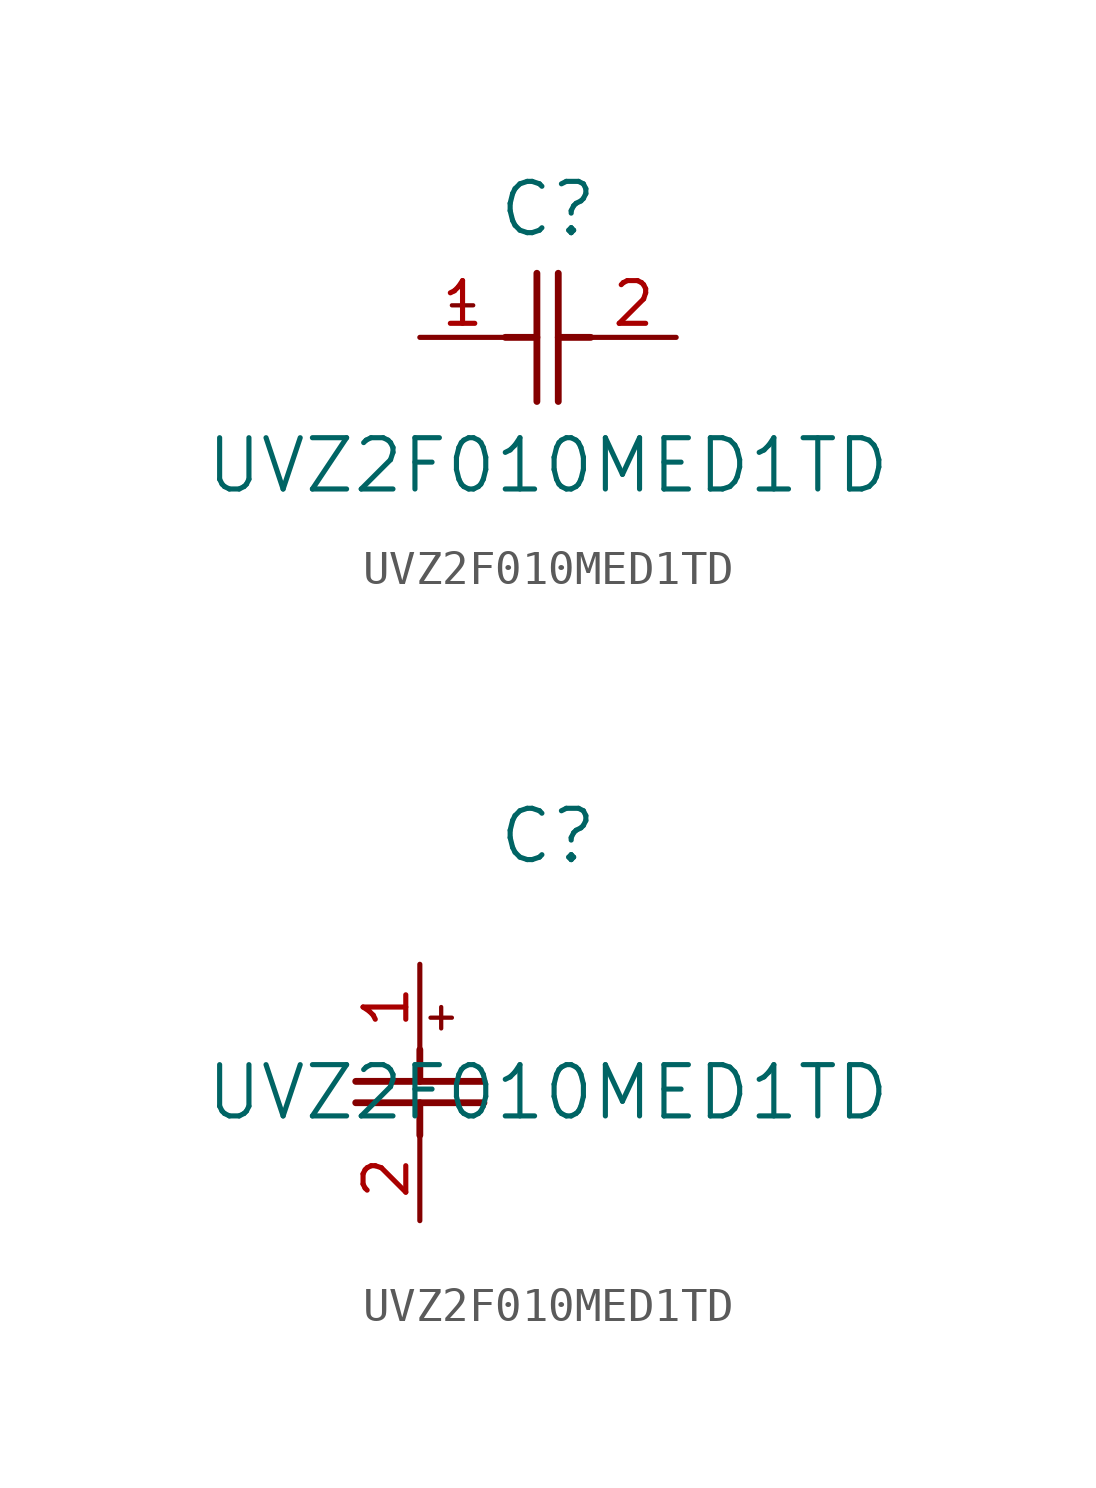
<source format=kicad_sym>
(kicad_symbol_lib
  (version 20211014)
  (generator kicad_symbol_editor)
  (symbol "UVZ2F010MED1TD"
    (pin_names
      (offset 0.254))
    (property "Reference" "C"
      (at 3.81 3.81 0)
      (effects (font (size 1.524 1.524))))
    (property "Value" "UVZ2F010MED1TD"
      (at 3.81 -3.81 0)
      (effects (font (size 1.524 1.524))))
    (symbol "UVZ2F010MED1TD_1_1"
      (polyline (pts (xy 3.48 -1.905) (xy 3.48 1.905)) (stroke (width 0.203) (type default) (color 0 0 0 0)) (fill (type none)))
      (polyline (pts (xy 4.115 -1.905) (xy 4.115 1.905)) (stroke (width 0.203) (type default) (color 0 0 0 0)) (fill (type none)))
      (polyline (pts (xy 4.115 0) (xy 5.08 0)) (stroke (width 0.203) (type default) (color 0 0 0 0)) (fill (type none)))
      (polyline (pts (xy 2.54 0) (xy 3.48 0)) (stroke (width 0.203) (type default) (color 0 0 0 0)) (fill (type none)))
      (polyline (pts (xy 1.27 1.27) (xy 1.27 0.635)) (stroke (width 0.127) (type default) (color 0 0 0 0)) (fill (type none)))
      (polyline (pts (xy 0.953 0.953) (xy 1.587 0.953)) (stroke (width 0.127) (type default) (color 0 0 0 0)) (fill (type none)))
      (pin unspecified line (at 0 0 0) (length 2.54) (name "" (effects (font (size 1.27 1.27)))) (number "1" (effects (font (size 1.27 1.27)))))
      (pin unspecified line (at 7.62 0 180) (length 2.54) (name "" (effects (font (size 1.27 1.27)))) (number "2" (effects (font (size 1.27 1.27))))))
    (symbol "UVZ2F010MED1TD_1_2"
      (polyline (pts (xy -1.905 -3.48) (xy 1.905 -3.48)) (stroke (width 0.203) (type default) (color 0 0 0 0)) (fill (type none)))
      (polyline (pts (xy -1.905 -4.115) (xy 1.905 -4.115)) (stroke (width 0.203) (type default) (color 0 0 0 0)) (fill (type none)))
      (polyline (pts (xy 0 -4.115) (xy 0 -5.08)) (stroke (width 0.203) (type default) (color 0 0 0 0)) (fill (type none)))
      (polyline (pts (xy 0 -2.54) (xy 0 -3.48)) (stroke (width 0.203) (type default) (color 0 0 0 0)) (fill (type none)))
      (polyline (pts (xy 0.635 -1.27) (xy 0.635 -1.905)) (stroke (width 0.127) (type default) (color 0 0 0 0)) (fill (type none)))
      (polyline (pts (xy 0.318 -1.587) (xy 0.953 -1.587)) (stroke (width 0.127) (type default) (color 0 0 0 0)) (fill (type none)))
      (pin unspecified line (at 0 0 270) (length 2.54) (name "" (effects (font (size 1.27 1.27)))) (number "1" (effects (font (size 1.27 1.27)))))
      (pin unspecified line (at 0 -7.62 90) (length 2.54) (name "" (effects (font (size 1.27 1.27)))) (number "2" (effects (font (size 1.27 1.27))))))))
</source>
